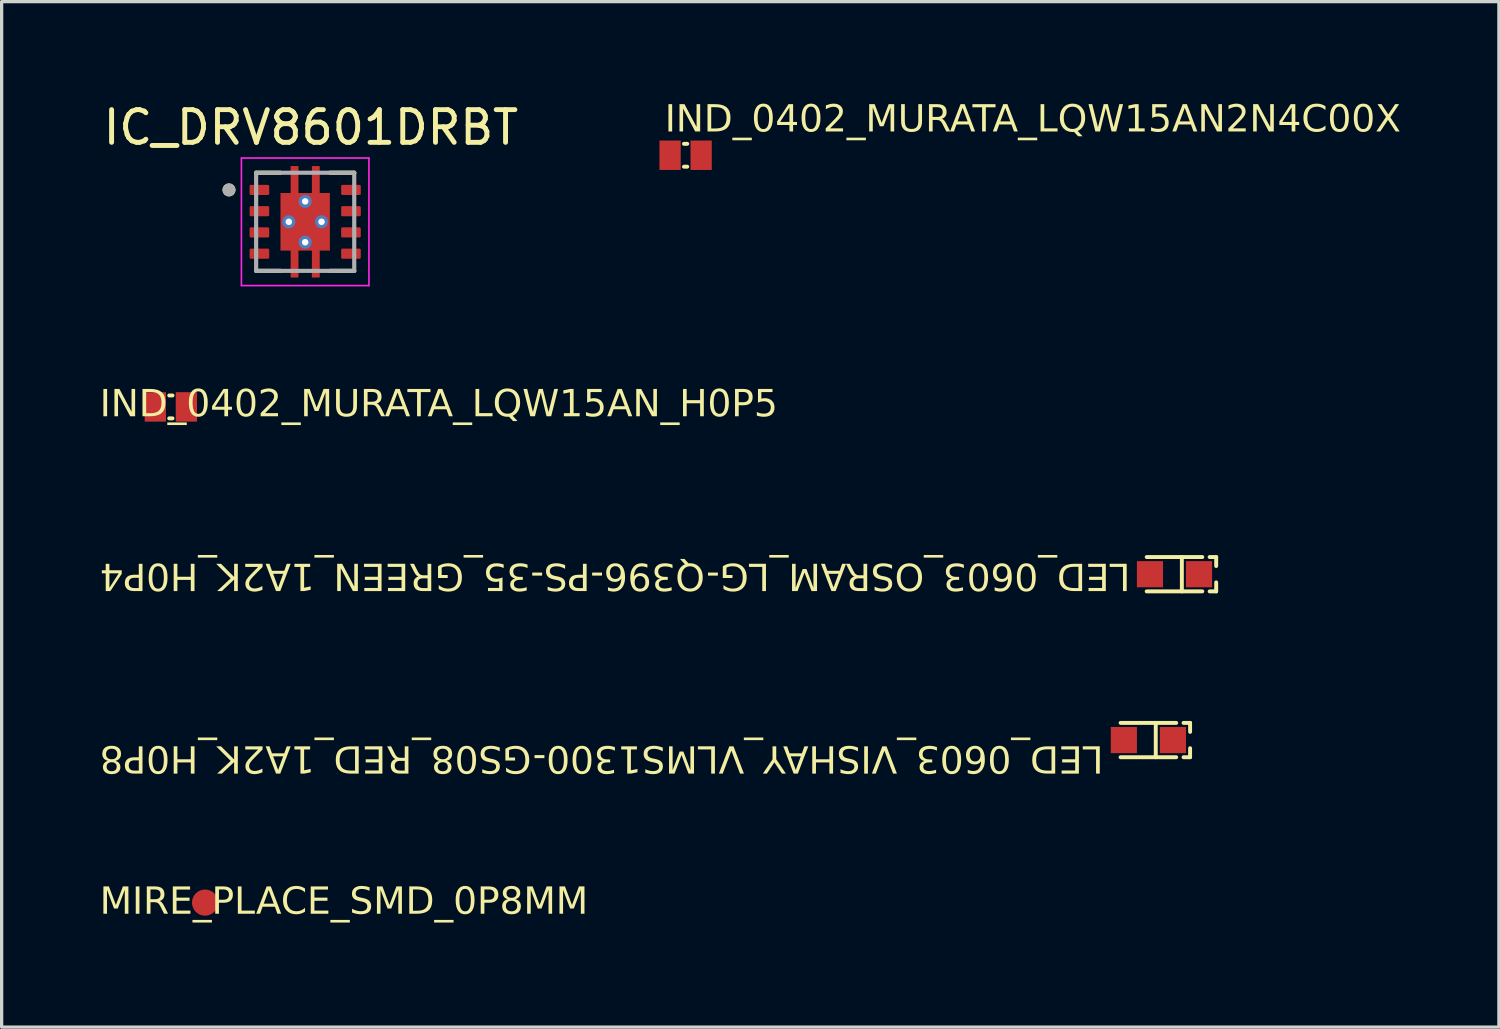
<source format=kicad_pcb>
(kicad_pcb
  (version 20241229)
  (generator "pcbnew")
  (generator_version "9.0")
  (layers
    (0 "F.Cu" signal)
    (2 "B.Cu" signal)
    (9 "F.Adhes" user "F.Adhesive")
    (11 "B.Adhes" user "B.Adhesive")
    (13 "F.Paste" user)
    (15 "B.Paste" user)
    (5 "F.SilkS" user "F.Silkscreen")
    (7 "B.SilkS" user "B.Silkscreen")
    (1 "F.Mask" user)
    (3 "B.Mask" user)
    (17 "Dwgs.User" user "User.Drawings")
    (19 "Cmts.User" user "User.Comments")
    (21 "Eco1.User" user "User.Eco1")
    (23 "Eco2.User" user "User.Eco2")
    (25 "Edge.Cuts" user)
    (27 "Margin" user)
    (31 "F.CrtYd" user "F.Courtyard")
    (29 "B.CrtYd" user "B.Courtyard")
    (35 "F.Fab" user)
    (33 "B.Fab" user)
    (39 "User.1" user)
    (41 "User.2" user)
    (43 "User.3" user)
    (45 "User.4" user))
  (footprint "IC_DRV8601DRBT"
    (layer "F.Cu")
    (at 6.283 3.733)
    (property "Reference" "IC_DRV8601DRBT" (at 0.175 -2.885 0) (layer "F.SilkS") (effects (font (size 1 1) (thickness 0.15))))
    (attr smd)
    (fp_poly (pts (xy -1.77 -1.2) (xy -1.03 -1.2) (xy -1.03 -0.75) (xy -1.77 -0.75)) (stroke (width 0.01) (type solid)) (fill yes) (layer "F.Mask"))
    (fp_poly (pts (xy -1.77 -0.55) (xy -1.03 -0.55) (xy -1.03 -0.1) (xy -1.77 -0.1)) (stroke (width 0.01) (type solid)) (fill yes) (layer "F.Mask"))
    (fp_poly (pts (xy -1.77 0.1) (xy -1.03 0.1) (xy -1.03 0.55) (xy -1.77 0.55)) (stroke (width 0.01) (type solid)) (fill yes) (layer "F.Mask"))
    (fp_poly (pts (xy -1.77 0.75) (xy -1.03 0.75) (xy -1.03 1.2) (xy -1.77 1.2)) (stroke (width 0.01) (type solid)) (fill yes) (layer "F.Mask"))
    (fp_poly (pts (xy 1.03 -1.2) (xy 1.77 -1.2) (xy 1.77 -0.75) (xy 1.03 -0.75)) (stroke (width 0.01) (type solid)) (fill yes) (layer "F.Mask"))
    (fp_poly (pts (xy 1.03 -0.55) (xy 1.77 -0.55) (xy 1.77 -0.1) (xy 1.03 -0.1)) (stroke (width 0.01) (type solid)) (fill yes) (layer "F.Mask"))
    (fp_poly (pts (xy 1.03 0.1) (xy 1.77 0.1) (xy 1.77 0.55) (xy 1.03 0.55)) (stroke (width 0.01) (type solid)) (fill yes) (layer "F.Mask"))
    (fp_poly (pts (xy 1.03 0.75) (xy 1.77 0.75) (xy 1.77 1.2) (xy 1.03 1.2)) (stroke (width 0.01) (type solid)) (fill yes) (layer "F.Mask"))
    (fp_poly (pts (xy -0.82 -0.945) (xy -0.51 -0.945) (xy -0.51 -1.77) (xy -0.14 -1.77) (xy -0.14 -0.945) (xy 0.14 -0.945) (xy 0.14 -1.77) (xy 0.51 -1.77) (xy 0.51 -0.945) (xy 0.82 -0.945) (xy 0.82 0.945) (xy 0.51 0.945) (xy 0.51 1.77) (xy 0.14 1.77) (xy 0.14 0.945) (xy -0.14 0.945) (xy -0.14 1.77) (xy -0.51 1.77) (xy -0.51 0.945) (xy -0.82 0.945)) (stroke (width 0.01) (type solid)) (fill yes) (layer "F.Mask"))
    (fp_line (start -1.5 -1.5) (end -0.76 -1.5) (stroke (width 0.127) (type solid)) (layer "F.SilkS"))
    (fp_line (start -1.5 1.5) (end -0.76 1.5) (stroke (width 0.127) (type solid)) (layer "F.SilkS"))
    (fp_line (start 0.76 -1.5) (end 1.5 -1.5) (stroke (width 0.127) (type solid)) (layer "F.SilkS"))
    (fp_line (start 0.76 1.5) (end 1.5 1.5) (stroke (width 0.127) (type solid)) (layer "F.SilkS"))
    (fp_circle (center -2.33 -0.975) (end -2.23 -0.975) (stroke (width 0.2) (type solid)) (fill no) (layer "F.SilkS"))
    (fp_poly (pts (xy -0.67 -0.775) (xy 0.67 -0.775) (xy 0.67 0.775) (xy -0.67 0.775)) (stroke (width 0.01) (type solid)) (fill yes) (layer "F.Paste"))
    (fp_poly (pts (xy -0.44 -1.7) (xy -0.21 -1.7) (xy -0.21 -0.975) (xy -0.44 -0.975)) (stroke (width 0.01) (type solid)) (fill yes) (layer "F.Paste"))
    (fp_poly (pts (xy -0.21 1.7) (xy -0.44 1.7) (xy -0.44 0.975) (xy -0.21 0.975)) (stroke (width 0.01) (type solid)) (fill yes) (layer "F.Paste"))
    (fp_poly (pts (xy 0.21 -1.7) (xy 0.44 -1.7) (xy 0.44 -0.975) (xy 0.21 -0.975)) (stroke (width 0.01) (type solid)) (fill yes) (layer "F.Paste"))
    (fp_poly (pts (xy 0.44 1.7) (xy 0.21 1.7) (xy 0.21 0.975) (xy 0.44 0.975)) (stroke (width 0.01) (type solid)) (fill yes) (layer "F.Paste"))
    (fp_line (start -1.95 -1.95) (end -1.95 1.95) (stroke (width 0.05) (type solid)) (layer "F.CrtYd"))
    (fp_line (start -1.95 -1.95) (end 1.95 -1.95) (stroke (width 0.05) (type solid)) (layer "F.CrtYd"))
    (fp_line (start -1.95 1.95) (end 1.95 1.95) (stroke (width 0.05) (type solid)) (layer "F.CrtYd"))
    (fp_line (start 1.95 -1.95) (end 1.95 1.95) (stroke (width 0.05) (type solid)) (layer "F.CrtYd"))
    (fp_line (start -1.5 -1.5) (end -1.5 1.5) (stroke (width 0.127) (type solid)) (layer "F.Fab"))
    (fp_line (start -1.5 -1.5) (end 1.5 -1.5) (stroke (width 0.127) (type solid)) (layer "F.Fab"))
    (fp_line (start -1.5 1.5) (end 1.5 1.5) (stroke (width 0.127) (type solid)) (layer "F.Fab"))
    (fp_line (start 1.5 -1.5) (end 1.5 1.5) (stroke (width 0.127) (type solid)) (layer "F.Fab"))
    (fp_circle (center -2.33 -0.975) (end -2.23 -0.975) (stroke (width 0.2) (type solid)) (fill no) (layer "F.Fab"))
    (pad "" smd roundrect (at -1.4 -0.325) (size 0.6 0.31) (layers "F.Cu" "F.Paste") (roundrect_rratio 0.125))
    (pad "" thru_hole circle (at -0.5 0) (size 0.4 0.4) (drill 0.2) (layers "*.Cu"))
    (pad "" thru_hole circle (at 0 -0.625) (size 0.4 0.4) (drill 0.2) (layers "*.Cu"))
    (pad "" thru_hole circle (at 0 0.625) (size 0.4 0.4) (drill 0.2) (layers "*.Cu"))
    (pad "" thru_hole circle (at 0.5 0) (size 0.4 0.4) (drill 0.2) (layers "*.Cu"))
    (pad "" smd roundrect (at 1.4 -0.325) (size 0.6 0.31) (layers "F.Cu" "F.Paste") (roundrect_rratio 0.125))
    (pad "" smd roundrect (at 1.4 0.325) (size 0.6 0.31) (layers "F.Cu" "F.Paste") (roundrect_rratio 0.125))
    (pad "1" smd roundrect (at -1.4 -0.975) (size 0.6 0.31) (layers "F.Cu" "F.Paste") (roundrect_rratio 0.125))
    (pad "3" smd roundrect (at -1.4 0.325) (size 0.6 0.31) (layers "F.Cu" "F.Paste") (roundrect_rratio 0.125))
    (pad "4" smd roundrect (at -1.4 0.975) (size 0.6 0.31) (layers "F.Cu" "F.Paste") (roundrect_rratio 0.125))
    (pad "5" smd roundrect (at 1.4 0.975) (size 0.6 0.31) (layers "F.Cu" "F.Paste") (roundrect_rratio 0.125))
    (pad "8" smd roundrect (at 1.4 -0.975) (size 0.6 0.31) (layers "F.Cu" "F.Paste") (roundrect_rratio 0.125))
    (pad "9" smd custom (at 0 0) (size 1.5 1.75) (layers "F.Cu") (options (anchor rect)) (primitives (gr_poly (pts (xy -0.75 -0.875) (xy -0.44 -0.875) (xy -0.44 -1.7) (xy -0.21 -1.7) (xy -0.21 -0.875) (xy 0.21 -0.875) (xy 0.21 -1.7) (xy 0.44 -1.7) (xy 0.44 -0.875) (xy 0.75 -0.875) (xy 0.75 0.875) (xy 0.44 0.875) (xy 0.44 1.7) (xy 0.21 1.7) (xy 0.21 0.875) (xy -0.21 0.875) (xy -0.21 1.7) (xy -0.44 1.7) (xy -0.44 0.875) (xy -0.75 0.875)) (width 0.01) (fill yes)))))
  (footprint "LED_0603_OSRAM_LG-Q396-PS-35_GREEN_1A2K_H0P4"
    (layer "F.Cu")
    (at 32.868 14.51)
    (property "Reference" "LED_0603_OSRAM_LG-Q396-PS-35_GREEN_1A2K_H0P4" (at -1.35 -0.458 180) (unlocked yes) (layer "F.SilkS") (effects (font (face "Arial") (size 0.819 0.819) (thickness 0.254)) (justify left bottom)))
    (fp_line (start 0.225 0.525) (end 0.225 -0.525) (stroke (width 0.12) (type solid)) (layer "F.SilkS"))
    (fp_line (start 0.85 -0.525) (end -0.85 -0.525) (stroke (width 0.12) (type solid)) (layer "F.SilkS"))
    (fp_line (start 0.85 0.525) (end -0.85 0.525) (stroke (width 0.12) (type solid)) (layer "F.SilkS"))
    (fp_line (start 1.275 -0.525) (end 1.075 -0.525) (stroke (width 0.12) (type solid)) (layer "F.SilkS"))
    (fp_line (start 1.275 -0.25) (end 1.275 -0.525) (stroke (width 0.12) (type solid)) (layer "F.SilkS"))
    (fp_line (start 1.275 0.525) (end 1.075 0.525) (stroke (width 0.12) (type solid)) (layer "F.SilkS"))
    (fp_line (start 1.275 0.525) (end 1.275 0.25) (stroke (width 0.12) (type solid)) (layer "F.SilkS"))
    (fp_line (start -1.3 0.65) (end -1.3 -0.65) (stroke (width 0.01) (type solid)) (layer "Eco1.User"))
    (fp_line (start -0.85 0.45) (end -0.85 -0.45) (stroke (width 0.01) (type solid)) (layer "Eco1.User"))
    (fp_line (start -0.575 0.45) (end -0.575 -0.45) (stroke (width 0.01) (type solid)) (layer "Eco1.User"))
    (fp_line (start -0.475 -0.65) (end -1.3 -0.65) (stroke (width 0.01) (type solid)) (layer "Eco1.User"))
    (fp_line (start -0.125 0) (end 0 -0.125) (stroke (width 0.01) (type solid)) (layer "Eco1.User"))
    (fp_line (start 0 0.125) (end -0.125 0) (stroke (width 0.01) (type solid)) (layer "Eco1.User"))
    (fp_line (start 0 0.125) (end 0.125 0) (stroke (width 0.01) (type solid)) (layer "Eco1.User"))
    (fp_line (start 0.125 0) (end 0 -0.125) (stroke (width 0.01) (type solid)) (layer "Eco1.User"))
    (fp_line (start 0.575 0.45) (end 0.575 -0.45) (stroke (width 0.01) (type solid)) (layer "Eco1.User"))
    (fp_line (start 0.85 -0.45) (end -0.85 -0.45) (stroke (width 0.01) (type solid)) (layer "Eco1.User"))
    (fp_line (start 0.85 0.45) (end -0.85 0.45) (stroke (width 0.01) (type solid)) (layer "Eco1.User"))
    (fp_line (start 0.85 0.45) (end 0.85 -0.45) (stroke (width 0.01) (type solid)) (layer "Eco1.User"))
    (fp_line (start 1.35 -0.65) (end -0.475 -0.65) (stroke (width 0.01) (type solid)) (layer "Eco1.User"))
    (fp_line (start 1.35 0.65) (end -1.3 0.65) (stroke (width 0.01) (type solid)) (layer "Eco1.User"))
    (fp_line (start 1.35 0.65) (end 1.35 -0.65) (stroke (width 0.01) (type solid)) (layer "Eco1.User"))
    (fp_circle (center 0.725 -0.3) (end 0.625 -0.3) (stroke (width 0.01) (type solid)) (fill no) (layer "Eco1.User"))
    (fp_text user "K" (at 1.3 -0.258 180) (unlocked yes) (layer "Eco1.User") (effects (font (face "Arial") (size 0.472 0.472) (thickness 0.04)) (justify left bottom)))
    (fp_text user "'.Designator'" (at 2.025 -1.333 180) (unlocked yes) (layer "Eco1.User") (effects (font (face "Arial") (size 0.472 0.472) (thickness 0.254)) (justify left bottom)))
    (pad "1" smd rect (at -0.75 0) (size 0.8 0.8) (layers "F.Cu" "F.Mask" "F.Paste"))
    (pad "2" smd rect (at 0.75 0 90) (size 0.8 0.8) (layers "F.Cu" "F.Mask" "F.Paste")))
  (footprint "IND_0402_MURATA_LQW15AN2N4C00X"
    (layer "F.Cu")
    (at 17.917 1.698)
    (property "Reference" "IND_0402_MURATA_LQW15AN2N4C00X" (at -0.637 -0.588 0) (unlocked yes) (layer "F.SilkS") (effects (font (face "Arial") (size 0.819 0.819) (thickness 0.254)) (justify left bottom)))
    (fp_line (start -0.05 -0.35) (end 0.05 -0.35) (stroke (width 0.12) (type solid)) (layer "F.SilkS"))
    (fp_line (start -0.05 0.35) (end 0.05 0.35) (stroke (width 0.12) (type solid)) (layer "F.SilkS"))
    (fp_line (start -0.95 -0.6) (end -0.95 -0.525) (stroke (width 0.01) (type solid)) (layer "Eco1.User"))
    (fp_line (start -0.95 -0.6) (end -0.75 -0.6) (stroke (width 0.01) (type solid)) (layer "Eco1.User"))
    (fp_line (start -0.95 -0.525) (end -0.95 0.6) (stroke (width 0.01) (type solid)) (layer "Eco1.User"))
    (fp_line (start -0.95 0.6) (end -0.05 0.6) (stroke (width 0.01) (type solid)) (layer "Eco1.User"))
    (fp_line (start -0.75 -0.6) (end 0.95 -0.6) (stroke (width 0.01) (type solid)) (layer "Eco1.User"))
    (fp_line (start -0.55 -0.35) (end -0.55 0.35) (stroke (width 0.01) (type solid)) (layer "Eco1.User"))
    (fp_line (start -0.55 -0.35) (end 0.55 -0.35) (stroke (width 0.01) (type solid)) (layer "Eco1.User"))
    (fp_line (start -0.55 0.35) (end 0.55 0.35) (stroke (width 0.01) (type solid)) (layer "Eco1.User"))
    (fp_line (start -0.05 0.6) (end 0.95 0.6) (stroke (width 0.01) (type solid)) (layer "Eco1.User"))
    (fp_line (start 0.55 -0.35) (end 0.55 0.35) (stroke (width 0.01) (type solid)) (layer "Eco1.User"))
    (fp_line (start 0.95 -0.6) (end 0.95 0.6) (stroke (width 0.01) (type solid)) (layer "Eco1.User"))
    (fp_text user "'.Designator'" (at -2 0.5 0) (unlocked yes) (layer "Eco1.User") (effects (font (face "Arial") (size 0.472 0.472) (thickness 0.254)) (justify left bottom)))
    (pad "1" smd rect (at -0.475 0) (size 0.65 0.9) (layers "F.Cu" "F.Mask" "F.Paste"))
    (pad "2" smd rect (at 0.475 0) (size 0.65 0.9) (layers "F.Cu" "F.Mask" "F.Paste")))
  (footprint "LED_0603_VISHAY_VLMS1300-GS08_RED_1A2K_H0P8"
    (layer "F.Cu")
    (at 32.07 19.582)
    (property "Reference" "LED_0603_VISHAY_VLMS1300-GS08_RED_1A2K_H0P8" (at -1.375 0.052 180) (unlocked yes) (layer "F.SilkS") (effects (font (face "Arial") (size 0.819 0.819) (thickness 0.254)) (justify left bottom)))
    (fp_line (start 0.225 0.525) (end 0.225 -0.525) (stroke (width 0.12) (type solid)) (layer "F.SilkS"))
    (fp_line (start 0.85 -0.525) (end -0.85 -0.525) (stroke (width 0.12) (type solid)) (layer "F.SilkS"))
    (fp_line (start 0.85 0.525) (end -0.85 0.525) (stroke (width 0.12) (type solid)) (layer "F.SilkS"))
    (fp_line (start 1.275 -0.525) (end 1.075 -0.525) (stroke (width 0.12) (type solid)) (layer "F.SilkS"))
    (fp_line (start 1.275 -0.25) (end 1.275 -0.525) (stroke (width 0.12) (type solid)) (layer "F.SilkS"))
    (fp_line (start 1.275 0.525) (end 1.075 0.525) (stroke (width 0.12) (type solid)) (layer "F.SilkS"))
    (fp_line (start 1.275 0.525) (end 1.275 0.25) (stroke (width 0.12) (type solid)) (layer "F.SilkS"))
    (fp_line (start -1.3 0.65) (end -1.3 -0.65) (stroke (width 0.01) (type solid)) (layer "Eco1.User"))
    (fp_line (start -0.85 0.45) (end -0.85 -0.45) (stroke (width 0.01) (type solid)) (layer "Eco1.User"))
    (fp_line (start -0.575 0.45) (end -0.575 -0.45) (stroke (width 0.01) (type solid)) (layer "Eco1.User"))
    (fp_line (start -0.475 -0.65) (end -1.3 -0.65) (stroke (width 0.01) (type solid)) (layer "Eco1.User"))
    (fp_line (start -0.125 0) (end 0 -0.125) (stroke (width 0.01) (type solid)) (layer "Eco1.User"))
    (fp_line (start 0 0.125) (end -0.125 0) (stroke (width 0.01) (type solid)) (layer "Eco1.User"))
    (fp_line (start 0 0.125) (end 0.125 0) (stroke (width 0.01) (type solid)) (layer "Eco1.User"))
    (fp_line (start 0.125 0) (end 0 -0.125) (stroke (width 0.01) (type solid)) (layer "Eco1.User"))
    (fp_line (start 0.575 0.45) (end 0.575 -0.45) (stroke (width 0.01) (type solid)) (layer "Eco1.User"))
    (fp_line (start 0.85 -0.45) (end -0.85 -0.45) (stroke (width 0.01) (type solid)) (layer "Eco1.User"))
    (fp_line (start 0.85 0.45) (end -0.85 0.45) (stroke (width 0.01) (type solid)) (layer "Eco1.User"))
    (fp_line (start 0.85 0.45) (end 0.85 -0.45) (stroke (width 0.01) (type solid)) (layer "Eco1.User"))
    (fp_line (start 1.35 -0.65) (end -0.475 -0.65) (stroke (width 0.01) (type solid)) (layer "Eco1.User"))
    (fp_line (start 1.35 0.65) (end -1.3 0.65) (stroke (width 0.01) (type solid)) (layer "Eco1.User"))
    (fp_line (start 1.35 0.65) (end 1.35 -0.65) (stroke (width 0.01) (type solid)) (layer "Eco1.User"))
    (fp_circle (center 0.725 -0.3) (end 0.625 -0.3) (stroke (width 0.01) (type solid)) (fill no) (layer "Eco1.User"))
    (fp_text user "K" (at 1.337 -0.248 180) (unlocked yes) (layer "Eco1.User") (effects (font (face "Arial") (size 0.472 0.472) (thickness 0.04)) (justify left bottom)))
    (fp_text user "'.Designator'" (at 2.013 -1.286 180) (unlocked yes) (layer "Eco1.User") (effects (font (face "Arial") (size 0.472 0.472) (thickness 0.254)) (justify left bottom)))
    (pad "1" smd rect (at -0.75 0) (size 0.8 0.8) (layers "F.Cu" "F.Mask" "F.Paste"))
    (pad "2" smd rect (at 0.75 0 90) (size 0.8 0.8) (layers "F.Cu" "F.Mask" "F.Paste")))
  (footprint "IND_0402_MURATA_LQW15AN_H0P5"
    (layer "F.Cu")
    (at 2.175 9.394)
    (property "Reference" "IND_0402_MURATA_LQW15AN_H0P5" (at -2.175 0.425 0) (unlocked yes) (layer "F.SilkS") (effects (font (face "Arial") (size 0.819 0.819) (thickness 0.254)) (justify left bottom)))
    (fp_line (start -0.05 -0.35) (end 0.05 -0.35) (stroke (width 0.12) (type solid)) (layer "F.SilkS"))
    (fp_line (start -0.05 0.35) (end 0.05 0.35) (stroke (width 0.12) (type solid)) (layer "F.SilkS"))
    (fp_line (start -0.95 -0.6) (end -0.95 -0.525) (stroke (width 0.01) (type solid)) (layer "Eco1.User"))
    (fp_line (start -0.95 -0.6) (end -0.75 -0.6) (stroke (width 0.01) (type solid)) (layer "Eco1.User"))
    (fp_line (start -0.95 -0.525) (end -0.95 0.6) (stroke (width 0.01) (type solid)) (layer "Eco1.User"))
    (fp_line (start -0.95 0.6) (end -0.05 0.6) (stroke (width 0.01) (type solid)) (layer "Eco1.User"))
    (fp_line (start -0.75 -0.6) (end 0.95 -0.6) (stroke (width 0.01) (type solid)) (layer "Eco1.User"))
    (fp_line (start -0.55 -0.35) (end -0.55 0.35) (stroke (width 0.01) (type solid)) (layer "Eco1.User"))
    (fp_line (start -0.55 -0.35) (end 0.55 -0.35) (stroke (width 0.01) (type solid)) (layer "Eco1.User"))
    (fp_line (start -0.55 0.35) (end 0.55 0.35) (stroke (width 0.01) (type solid)) (layer "Eco1.User"))
    (fp_line (start -0.05 0.6) (end 0.95 0.6) (stroke (width 0.01) (type solid)) (layer "Eco1.User"))
    (fp_line (start 0.55 -0.35) (end 0.55 0.35) (stroke (width 0.01) (type solid)) (layer "Eco1.User"))
    (fp_line (start 0.95 -0.6) (end 0.95 0.6) (stroke (width 0.01) (type solid)) (layer "Eco1.User"))
    (fp_text user "'.Designator'" (at -2 0.5 0) (unlocked yes) (layer "Eco1.User") (effects (font (face "Arial") (size 0.472 0.472) (thickness 0.254)) (justify left bottom)))
    (pad "1" smd rect (at -0.475 0) (size 0.65 0.9) (layers "F.Cu" "F.Mask" "F.Paste"))
    (pad "2" smd rect (at 0.475 0) (size 0.65 0.9) (layers "F.Cu" "F.Mask" "F.Paste")))
  (footprint "MIRE_PLACE_SMD_0P8MM"
    (layer "F.Cu")
    (at 3.221 24.553)
    (property "Reference" "MIRE_PLACE_SMD_0P8MM" (at -3.221 0.48 0) (unlocked yes) (layer "F.SilkS") (effects (font (face "Arial") (size 0.819 0.819) (thickness 0.254)) (justify left bottom)))
    (fp_circle (center 0 0) (end 0 -0.8) (stroke (width 0.01) (type solid)) (fill no) (layer "Eco1.User"))
    (fp_circle (center 0 0) (end 0 -0.5) (stroke (width 0.01) (type solid)) (fill no) (layer "Eco1.User"))
    (pad "1" smd circle (at 0 0) (size 0.8 0.8) (layers "F.Cu" "F.Mask" "F.Paste"))
    (zone (net_name "") (layer "F.Cu") (hatch edge 0.5) (connect_pads) (min_thickness 0.25) (filled_areas_thickness no) (keepout (tracks not_allowed) (vias not_allowed) (pads not_allowed) (copperpour not_allowed) (footprints allowed)) (placement (enabled no)) (fill) (polygon (pts (xy 3.401 23.765) (xy 3.572 23.824) (xy 3.725 23.921) (xy 3.854 24.049) (xy 3.95 24.202) (xy 4.01 24.373) (xy 4.03 24.553) (xy 4.01 24.733) (xy 3.95 24.904) (xy 3.854 25.057) (xy 3.725 25.185) (xy 3.572 25.281) (xy 3.401 25.341) (xy 3.221 25.361) (xy 3.041 25.341) (xy 2.871 25.281) (xy 2.717 25.185) (xy 2.589 25.057) (xy 2.493 24.904) (xy 2.433 24.733) (xy 2.413 24.553) (xy 2.418 24.553) (xy 2.438 24.732) (xy 2.497 24.902) (xy 2.593 25.054) (xy 2.72 25.181) (xy 2.873 25.277) (xy 3.043 25.336) (xy 3.221 25.356) (xy 3.4 25.336) (xy 3.57 25.277) (xy 3.722 25.181) (xy 3.85 25.054) (xy 3.945 24.902) (xy 4.005 24.732) (xy 4.025 24.553) (xy 4.005 24.374) (xy 3.945 24.204) (xy 3.85 24.052) (xy 3.722 23.925) (xy 3.57 23.829) (xy 3.4 23.769) (xy 3.221 23.749) (xy 3.043 23.769) (xy 2.873 23.829) (xy 2.72 23.925) (xy 2.593 24.052) (xy 2.497 24.204) (xy 2.438 24.374) (xy 2.418 24.553) (xy 2.413 24.553) (xy 2.433 24.373) (xy 2.493 24.202) (xy 2.589 24.049) (xy 2.717 23.921) (xy 2.871 23.824) (xy 3.041 23.765) (xy 3.221 23.744)))))
  (gr_rect
    (start -3 -3)
    (end 42.789 28.361)
    (stroke (width 0.1) (type default))
    (fill no)
    (layer "Edge.Cuts")))
</source>
